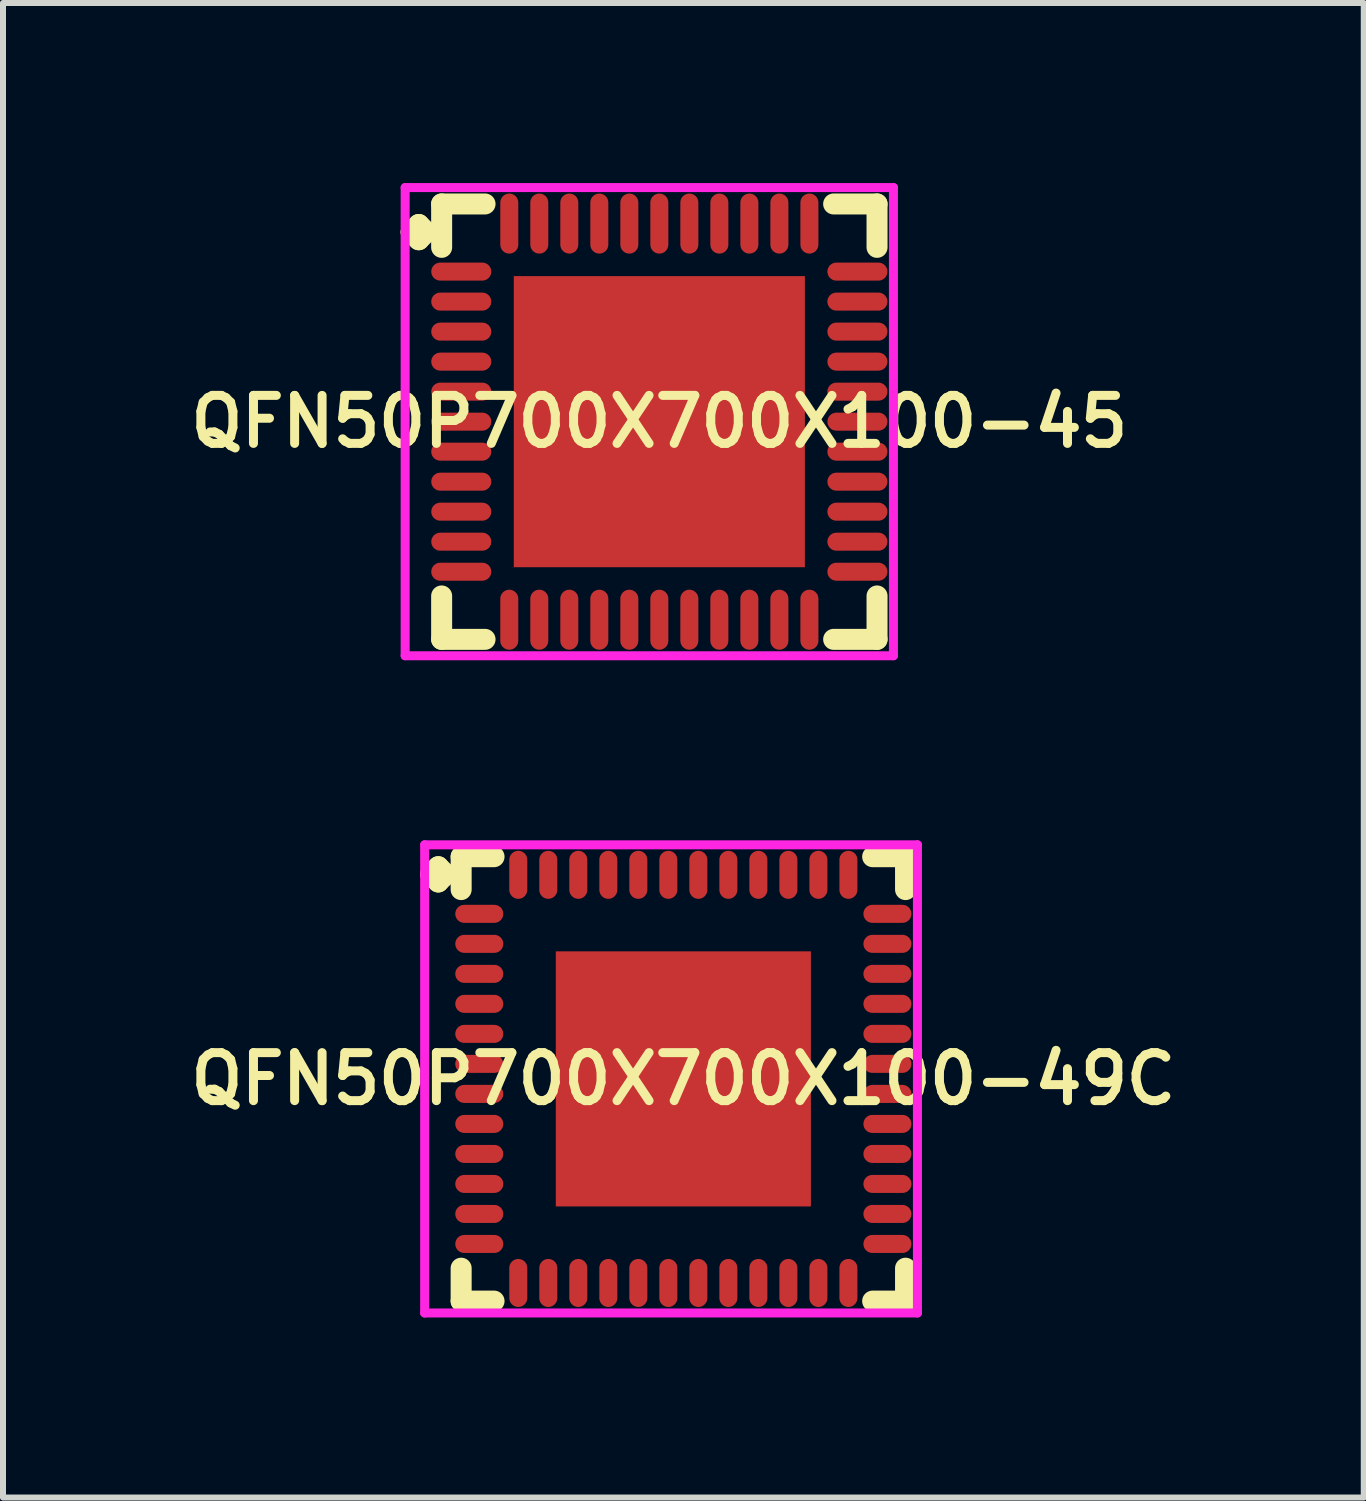
<source format=kicad_pcb>
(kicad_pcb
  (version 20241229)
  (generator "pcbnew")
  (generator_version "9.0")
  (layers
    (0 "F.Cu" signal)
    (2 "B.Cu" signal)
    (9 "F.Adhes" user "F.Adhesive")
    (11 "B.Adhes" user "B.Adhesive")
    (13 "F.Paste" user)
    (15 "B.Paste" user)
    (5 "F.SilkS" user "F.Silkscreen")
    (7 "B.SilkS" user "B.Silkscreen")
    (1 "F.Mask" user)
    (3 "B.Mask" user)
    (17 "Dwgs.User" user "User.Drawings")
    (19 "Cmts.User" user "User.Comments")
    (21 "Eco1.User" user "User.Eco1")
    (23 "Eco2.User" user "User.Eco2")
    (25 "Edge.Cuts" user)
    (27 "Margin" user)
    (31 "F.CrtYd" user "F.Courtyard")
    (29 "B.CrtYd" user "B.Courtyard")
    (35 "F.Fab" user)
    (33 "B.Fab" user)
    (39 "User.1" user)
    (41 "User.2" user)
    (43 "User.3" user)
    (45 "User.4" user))
  (footprint "QFN50P700X700X100-45"
    (layer "F.Cu")
    (at 7.935 3.975)
    (property "Reference" "QFN50P700X700X100-45" (at 0 0 0) (layer "F.SilkS") (effects (font (size 0.8 0.8) (thickness 0.15))))
    (attr smd)
    (fp_line (start -4.135 -3.158) (end -4.008 -3.285) (stroke (width 0.35) (type solid)) (layer "F.SilkS"))
    (fp_line (start -4.008 -3.285) (end -3.881 -3.158) (stroke (width 0.35) (type solid)) (layer "F.SilkS"))
    (fp_line (start -4.008 -3.031) (end -4.135 -3.158) (stroke (width 0.35) (type solid)) (layer "F.SilkS"))
    (fp_line (start -3.881 -3.158) (end -4.008 -3.031) (stroke (width 0.35) (type solid)) (layer "F.SilkS"))
    (fp_line (start -3.627 -3.627) (end -2.904 -3.627) (stroke (width 0.35) (type solid)) (layer "F.SilkS"))
    (fp_line (start -3.627 -2.904) (end -3.627 -3.627) (stroke (width 0.35) (type solid)) (layer "F.SilkS"))
    (fp_line (start -3.627 2.904) (end -3.627 3.627) (stroke (width 0.35) (type solid)) (layer "F.SilkS"))
    (fp_line (start -3.627 3.627) (end -2.904 3.627) (stroke (width 0.35) (type solid)) (layer "F.SilkS"))
    (fp_line (start 2.904 -3.627) (end 3.627 -3.627) (stroke (width 0.35) (type solid)) (layer "F.SilkS"))
    (fp_line (start 2.904 3.627) (end 3.627 3.627) (stroke (width 0.35) (type solid)) (layer "F.SilkS"))
    (fp_line (start 3.627 -3.627) (end 3.627 -2.904) (stroke (width 0.35) (type solid)) (layer "F.SilkS"))
    (fp_line (start 3.627 3.627) (end 3.627 2.904) (stroke (width 0.35) (type solid)) (layer "F.SilkS"))
    (fp_line (start -4.235 -3.9) (end 3.9 -3.9) (stroke (width 0.15) (type solid)) (layer "F.CrtYd"))
    (fp_line (start -4.235 3.9) (end -4.235 -3.9) (stroke (width 0.15) (type solid)) (layer "F.CrtYd"))
    (fp_line (start 3.9 -3.9) (end 3.9 3.9) (stroke (width 0.15) (type solid)) (layer "F.CrtYd"))
    (fp_line (start 3.9 3.9) (end -4.235 3.9) (stroke (width 0.15) (type solid)) (layer "F.CrtYd"))
    (pad "1" smd oval (at -3.3 -2.5) (size 1 0.3) (layers "F.Cu" "F.Mask" "F.Paste"))
    (pad "2" smd oval (at -3.3 -2) (size 1 0.3) (layers "F.Cu" "F.Mask" "F.Paste"))
    (pad "3" smd oval (at -3.3 -1.5) (size 1 0.3) (layers "F.Cu" "F.Mask" "F.Paste"))
    (pad "4" smd oval (at -3.3 -1) (size 1 0.3) (layers "F.Cu" "F.Mask" "F.Paste"))
    (pad "5" smd oval (at -3.3 -0.5) (size 1 0.3) (layers "F.Cu" "F.Mask" "F.Paste"))
    (pad "6" smd oval (at -3.3 0) (size 1 0.3) (layers "F.Cu" "F.Mask" "F.Paste"))
    (pad "7" smd oval (at -3.3 0.5) (size 1 0.3) (layers "F.Cu" "F.Mask" "F.Paste"))
    (pad "8" smd oval (at -3.3 1) (size 1 0.3) (layers "F.Cu" "F.Mask" "F.Paste"))
    (pad "9" smd oval (at -3.3 1.5) (size 1 0.3) (layers "F.Cu" "F.Mask" "F.Paste"))
    (pad "10" smd oval (at -3.3 2) (size 1 0.3) (layers "F.Cu" "F.Mask" "F.Paste"))
    (pad "11" smd oval (at -3.3 2.5) (size 1 0.3) (layers "F.Cu" "F.Mask" "F.Paste"))
    (pad "12" smd oval (at -2.5 3.3) (size 0.3 1) (layers "F.Cu" "F.Mask" "F.Paste"))
    (pad "13" smd oval (at -2 3.3) (size 0.3 1) (layers "F.Cu" "F.Mask" "F.Paste"))
    (pad "14" smd oval (at -1.5 3.3) (size 0.3 1) (layers "F.Cu" "F.Mask" "F.Paste"))
    (pad "15" smd oval (at -1 3.3) (size 0.3 1) (layers "F.Cu" "F.Mask" "F.Paste"))
    (pad "16" smd oval (at -0.5 3.3) (size 0.3 1) (layers "F.Cu" "F.Mask" "F.Paste"))
    (pad "17" smd oval (at 0 3.3) (size 0.3 1) (layers "F.Cu" "F.Mask" "F.Paste"))
    (pad "18" smd oval (at 0.5 3.3) (size 0.3 1) (layers "F.Cu" "F.Mask" "F.Paste"))
    (pad "19" smd oval (at 1 3.3) (size 0.3 1) (layers "F.Cu" "F.Mask" "F.Paste"))
    (pad "20" smd oval (at 1.5 3.3) (size 0.3 1) (layers "F.Cu" "F.Mask" "F.Paste"))
    (pad "21" smd oval (at 2 3.3) (size 0.3 1) (layers "F.Cu" "F.Mask" "F.Paste"))
    (pad "22" smd oval (at 2.5 3.3) (size 0.3 1) (layers "F.Cu" "F.Mask" "F.Paste"))
    (pad "23" smd oval (at 3.3 2.5) (size 1 0.3) (layers "F.Cu" "F.Mask" "F.Paste"))
    (pad "24" smd oval (at 3.3 2) (size 1 0.3) (layers "F.Cu" "F.Mask" "F.Paste"))
    (pad "25" smd oval (at 3.3 1.5) (size 1 0.3) (layers "F.Cu" "F.Mask" "F.Paste"))
    (pad "26" smd oval (at 3.3 1) (size 1 0.3) (layers "F.Cu" "F.Mask" "F.Paste"))
    (pad "27" smd oval (at 3.3 0.5) (size 1 0.3) (layers "F.Cu" "F.Mask" "F.Paste"))
    (pad "28" smd oval (at 3.3 0) (size 1 0.3) (layers "F.Cu" "F.Mask" "F.Paste"))
    (pad "29" smd oval (at 3.3 -0.5) (size 1 0.3) (layers "F.Cu" "F.Mask" "F.Paste"))
    (pad "30" smd oval (at 3.3 -1) (size 1 0.3) (layers "F.Cu" "F.Mask" "F.Paste"))
    (pad "31" smd oval (at 3.3 -1.5) (size 1 0.3) (layers "F.Cu" "F.Mask" "F.Paste"))
    (pad "32" smd oval (at 3.3 -2) (size 1 0.3) (layers "F.Cu" "F.Mask" "F.Paste"))
    (pad "33" smd oval (at 3.3 -2.5) (size 1 0.3) (layers "F.Cu" "F.Mask" "F.Paste"))
    (pad "34" smd oval (at 2.5 -3.3) (size 0.3 1) (layers "F.Cu" "F.Mask" "F.Paste"))
    (pad "35" smd oval (at 2 -3.3) (size 0.3 1) (layers "F.Cu" "F.Mask" "F.Paste"))
    (pad "36" smd oval (at 1.5 -3.3) (size 0.3 1) (layers "F.Cu" "F.Mask" "F.Paste"))
    (pad "37" smd oval (at 1 -3.3) (size 0.3 1) (layers "F.Cu" "F.Mask" "F.Paste"))
    (pad "38" smd oval (at 0.5 -3.3) (size 0.3 1) (layers "F.Cu" "F.Mask" "F.Paste"))
    (pad "39" smd oval (at 0 -3.3) (size 0.3 1) (layers "F.Cu" "F.Mask" "F.Paste"))
    (pad "40" smd oval (at -0.5 -3.3) (size 0.3 1) (layers "F.Cu" "F.Mask" "F.Paste"))
    (pad "41" smd oval (at -1 -3.3) (size 0.3 1) (layers "F.Cu" "F.Mask" "F.Paste"))
    (pad "42" smd oval (at -1.5 -3.3) (size 0.3 1) (layers "F.Cu" "F.Mask" "F.Paste"))
    (pad "43" smd oval (at -2 -3.3) (size 0.3 1) (layers "F.Cu" "F.Mask" "F.Paste"))
    (pad "44" smd oval (at -2.5 -3.3) (size 0.3 1) (layers "F.Cu" "F.Mask" "F.Paste"))
    (pad "45" smd rect (at 0 0) (size 4.85 4.85) (layers "F.Cu" "F.Mask" "F.Paste")))
  (footprint "QFN50P700X700X100-49C"
    (layer "F.Cu")
    (at 8.335 14.925)
    (property "Reference" "QFN50P700X700X100-49C" (at 0 0 0) (layer "F.SilkS") (effects (font (size 0.8 0.8) (thickness 0.15))))
    (attr smd)
    (fp_line (start -4.21 -3.408) (end -4.083 -3.535) (stroke (width 0.35) (type solid)) (layer "F.SilkS"))
    (fp_line (start -4.083 -3.535) (end -3.956 -3.408) (stroke (width 0.35) (type solid)) (layer "F.SilkS"))
    (fp_line (start -4.083 -3.281) (end -4.21 -3.408) (stroke (width 0.35) (type solid)) (layer "F.SilkS"))
    (fp_line (start -3.956 -3.408) (end -4.083 -3.281) (stroke (width 0.35) (type solid)) (layer "F.SilkS"))
    (fp_line (start -3.702 -3.702) (end -3.154 -3.702) (stroke (width 0.35) (type solid)) (layer "F.SilkS"))
    (fp_line (start -3.702 -3.154) (end -3.702 -3.702) (stroke (width 0.35) (type solid)) (layer "F.SilkS"))
    (fp_line (start -3.702 3.154) (end -3.702 3.702) (stroke (width 0.35) (type solid)) (layer "F.SilkS"))
    (fp_line (start -3.702 3.702) (end -3.154 3.702) (stroke (width 0.35) (type solid)) (layer "F.SilkS"))
    (fp_line (start 3.154 -3.702) (end 3.702 -3.702) (stroke (width 0.35) (type solid)) (layer "F.SilkS"))
    (fp_line (start 3.154 3.702) (end 3.702 3.702) (stroke (width 0.35) (type solid)) (layer "F.SilkS"))
    (fp_line (start 3.702 -3.702) (end 3.702 -3.154) (stroke (width 0.35) (type solid)) (layer "F.SilkS"))
    (fp_line (start 3.702 3.702) (end 3.702 3.154) (stroke (width 0.35) (type solid)) (layer "F.SilkS"))
    (fp_line (start -4.31 -3.9) (end 3.9 -3.9) (stroke (width 0.15) (type solid)) (layer "F.CrtYd"))
    (fp_line (start -4.31 3.9) (end -4.31 -3.9) (stroke (width 0.15) (type solid)) (layer "F.CrtYd"))
    (fp_line (start 3.9 -3.9) (end 3.9 3.9) (stroke (width 0.15) (type solid)) (layer "F.CrtYd"))
    (fp_line (start 3.9 3.9) (end -4.31 3.9) (stroke (width 0.15) (type solid)) (layer "F.CrtYd"))
    (pad "1" smd oval (at -3.4 -2.75) (size 0.8 0.3) (layers "F.Cu" "F.Mask" "F.Paste"))
    (pad "2" smd oval (at -3.4 -2.25) (size 0.8 0.3) (layers "F.Cu" "F.Mask" "F.Paste"))
    (pad "3" smd oval (at -3.4 -1.75) (size 0.8 0.3) (layers "F.Cu" "F.Mask" "F.Paste"))
    (pad "4" smd oval (at -3.4 -1.25) (size 0.8 0.3) (layers "F.Cu" "F.Mask" "F.Paste"))
    (pad "5" smd oval (at -3.4 -0.75) (size 0.8 0.3) (layers "F.Cu" "F.Mask" "F.Paste"))
    (pad "6" smd oval (at -3.4 -0.25) (size 0.8 0.3) (layers "F.Cu" "F.Mask" "F.Paste"))
    (pad "7" smd oval (at -3.4 0.25) (size 0.8 0.3) (layers "F.Cu" "F.Mask" "F.Paste"))
    (pad "8" smd oval (at -3.4 0.75) (size 0.8 0.3) (layers "F.Cu" "F.Mask" "F.Paste"))
    (pad "9" smd oval (at -3.4 1.25) (size 0.8 0.3) (layers "F.Cu" "F.Mask" "F.Paste"))
    (pad "10" smd oval (at -3.4 1.75) (size 0.8 0.3) (layers "F.Cu" "F.Mask" "F.Paste"))
    (pad "11" smd oval (at -3.4 2.25) (size 0.8 0.3) (layers "F.Cu" "F.Mask" "F.Paste"))
    (pad "12" smd oval (at -3.4 2.75) (size 0.8 0.3) (layers "F.Cu" "F.Mask" "F.Paste"))
    (pad "13" smd oval (at -2.75 3.4) (size 0.3 0.8) (layers "F.Cu" "F.Mask" "F.Paste"))
    (pad "14" smd oval (at -2.25 3.4) (size 0.3 0.8) (layers "F.Cu" "F.Mask" "F.Paste"))
    (pad "15" smd oval (at -1.75 3.4) (size 0.3 0.8) (layers "F.Cu" "F.Mask" "F.Paste"))
    (pad "16" smd oval (at -1.25 3.4) (size 0.3 0.8) (layers "F.Cu" "F.Mask" "F.Paste"))
    (pad "17" smd oval (at -0.75 3.4) (size 0.3 0.8) (layers "F.Cu" "F.Mask" "F.Paste"))
    (pad "18" smd oval (at -0.25 3.4) (size 0.3 0.8) (layers "F.Cu" "F.Mask" "F.Paste"))
    (pad "19" smd oval (at 0.25 3.4) (size 0.3 0.8) (layers "F.Cu" "F.Mask" "F.Paste"))
    (pad "20" smd oval (at 0.75 3.4) (size 0.3 0.8) (layers "F.Cu" "F.Mask" "F.Paste"))
    (pad "21" smd oval (at 1.25 3.4) (size 0.3 0.8) (layers "F.Cu" "F.Mask" "F.Paste"))
    (pad "22" smd oval (at 1.75 3.4) (size 0.3 0.8) (layers "F.Cu" "F.Mask" "F.Paste"))
    (pad "23" smd oval (at 2.25 3.4) (size 0.3 0.8) (layers "F.Cu" "F.Mask" "F.Paste"))
    (pad "24" smd oval (at 2.75 3.4) (size 0.3 0.8) (layers "F.Cu" "F.Mask" "F.Paste"))
    (pad "25" smd oval (at 3.4 2.75) (size 0.8 0.3) (layers "F.Cu" "F.Mask" "F.Paste"))
    (pad "26" smd oval (at 3.4 2.25) (size 0.8 0.3) (layers "F.Cu" "F.Mask" "F.Paste"))
    (pad "27" smd oval (at 3.4 1.75) (size 0.8 0.3) (layers "F.Cu" "F.Mask" "F.Paste"))
    (pad "28" smd oval (at 3.4 1.25) (size 0.8 0.3) (layers "F.Cu" "F.Mask" "F.Paste"))
    (pad "29" smd oval (at 3.4 0.75) (size 0.8 0.3) (layers "F.Cu" "F.Mask" "F.Paste"))
    (pad "30" smd oval (at 3.4 0.25) (size 0.8 0.3) (layers "F.Cu" "F.Mask" "F.Paste"))
    (pad "31" smd oval (at 3.4 -0.25) (size 0.8 0.3) (layers "F.Cu" "F.Mask" "F.Paste"))
    (pad "32" smd oval (at 3.4 -0.75) (size 0.8 0.3) (layers "F.Cu" "F.Mask" "F.Paste"))
    (pad "33" smd oval (at 3.4 -1.25) (size 0.8 0.3) (layers "F.Cu" "F.Mask" "F.Paste"))
    (pad "34" smd oval (at 3.4 -1.75) (size 0.8 0.3) (layers "F.Cu" "F.Mask" "F.Paste"))
    (pad "35" smd oval (at 3.4 -2.25) (size 0.8 0.3) (layers "F.Cu" "F.Mask" "F.Paste"))
    (pad "36" smd oval (at 3.4 -2.75) (size 0.8 0.3) (layers "F.Cu" "F.Mask" "F.Paste"))
    (pad "37" smd oval (at 2.75 -3.4) (size 0.3 0.8) (layers "F.Cu" "F.Mask" "F.Paste"))
    (pad "38" smd oval (at 2.25 -3.4) (size 0.3 0.8) (layers "F.Cu" "F.Mask" "F.Paste"))
    (pad "39" smd oval (at 1.75 -3.4) (size 0.3 0.8) (layers "F.Cu" "F.Mask" "F.Paste"))
    (pad "40" smd oval (at 1.25 -3.4) (size 0.3 0.8) (layers "F.Cu" "F.Mask" "F.Paste"))
    (pad "41" smd oval (at 0.75 -3.4) (size 0.3 0.8) (layers "F.Cu" "F.Mask" "F.Paste"))
    (pad "42" smd oval (at 0.25 -3.4) (size 0.3 0.8) (layers "F.Cu" "F.Mask" "F.Paste"))
    (pad "43" smd oval (at -0.25 -3.4) (size 0.3 0.8) (layers "F.Cu" "F.Mask" "F.Paste"))
    (pad "44" smd oval (at -0.75 -3.4) (size 0.3 0.8) (layers "F.Cu" "F.Mask" "F.Paste"))
    (pad "45" smd oval (at -1.25 -3.4) (size 0.3 0.8) (layers "F.Cu" "F.Mask" "F.Paste"))
    (pad "46" smd oval (at -1.75 -3.4) (size 0.3 0.8) (layers "F.Cu" "F.Mask" "F.Paste"))
    (pad "47" smd oval (at -2.25 -3.4) (size 0.3 0.8) (layers "F.Cu" "F.Mask" "F.Paste"))
    (pad "48" smd oval (at -2.75 -3.4) (size 0.3 0.8) (layers "F.Cu" "F.Mask" "F.Paste"))
    (pad "49" smd rect (at 0 0) (size 4.25 4.25) (layers "F.Cu" "F.Mask" "F.Paste")))
  (gr_rect
    (start -3 -3)
    (end 19.671 21.9)
    (stroke (width 0.1) (type default))
    (fill no)
    (layer "Edge.Cuts")))
</source>
